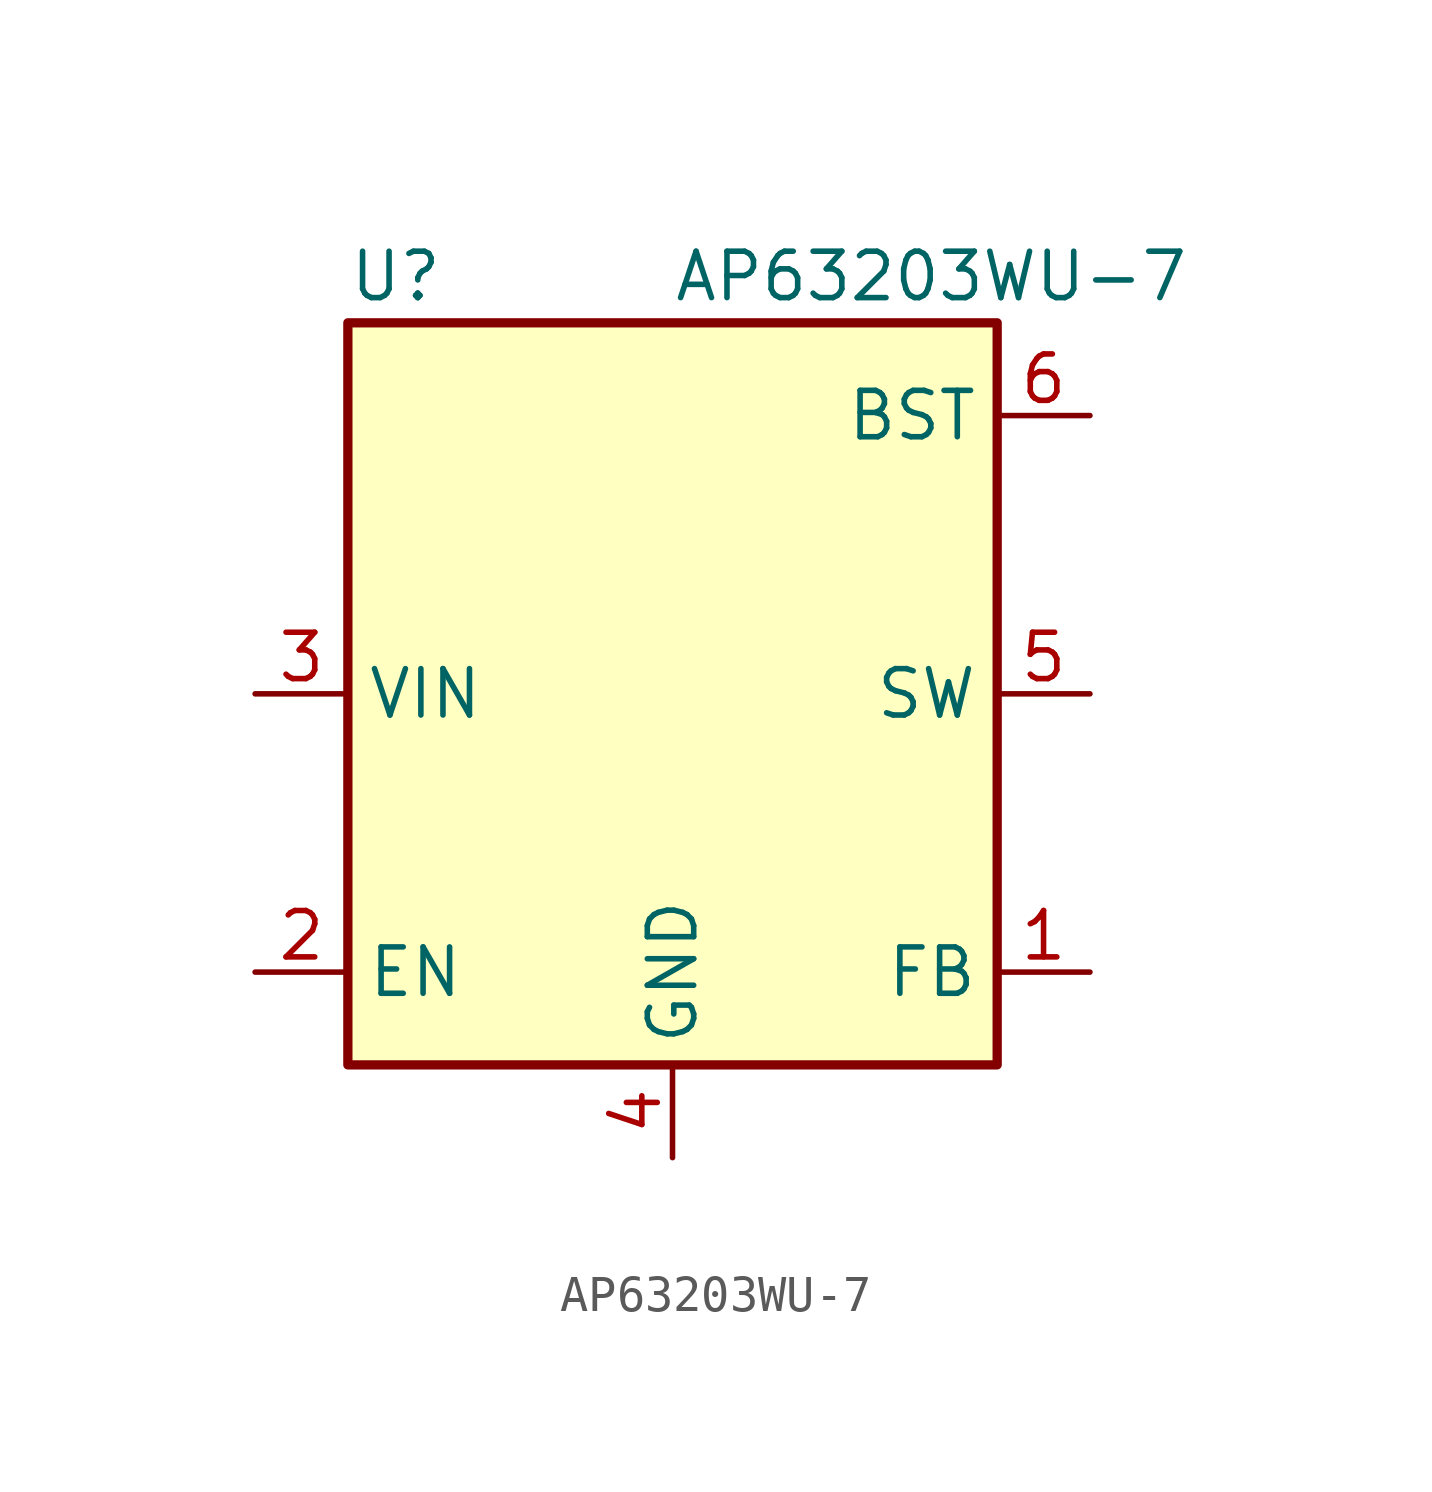
<source format=kicad_sym>
(kicad_symbol_lib
  (version 20241209)
  (generator "kicad_symbol_editor")
  (generator_version "9.0")
  (symbol "AP63203WU-7"
    (property "Reference" "U"
      (at -8.89 11.43 0)
      (effects (font (size 1.27 1.27)) (justify left)))
    (property "Value" "AP63203WU-7"
      (at 0 11.43 0)
      (effects (font (size 1.27 1.27)) (justify left)))
    (symbol "AP63203WU-7_0_1"
      (rectangle (start -8.89 10.16) (end 8.89 -10.16) (stroke (width 0.254) (type default)) (fill (type background))))
    (symbol "AP63203WU-7_1_1"
      (pin power_in line (at -11.43 0 0) (length 2.54) (name "VIN" (effects (font (size 1.27 1.27)))) (number "3" (effects (font (size 1.27 1.27)))))
      (pin input line (at -11.43 -7.62 0) (length 2.54) (name "EN" (effects (font (size 1.27 1.27)))) (number "2" (effects (font (size 1.27 1.27)))))
      (pin power_in line (at 0 -12.7 90) (length 2.54) (name "GND" (effects (font (size 1.27 1.27)))) (number "4" (effects (font (size 1.27 1.27)))))
      (pin input line (at 11.43 7.62 180) (length 2.54) (name "BST" (effects (font (size 1.27 1.27)))) (number "6" (effects (font (size 1.27 1.27)))))
      (pin input line (at 11.43 0 180) (length 2.54) (name "SW" (effects (font (size 1.27 1.27)))) (number "5" (effects (font (size 1.27 1.27)))))
      (pin input line (at 11.43 -7.62 180) (length 2.54) (name "FB" (effects (font (size 1.27 1.27)))) (number "1" (effects (font (size 1.27 1.27))))))))
</source>
